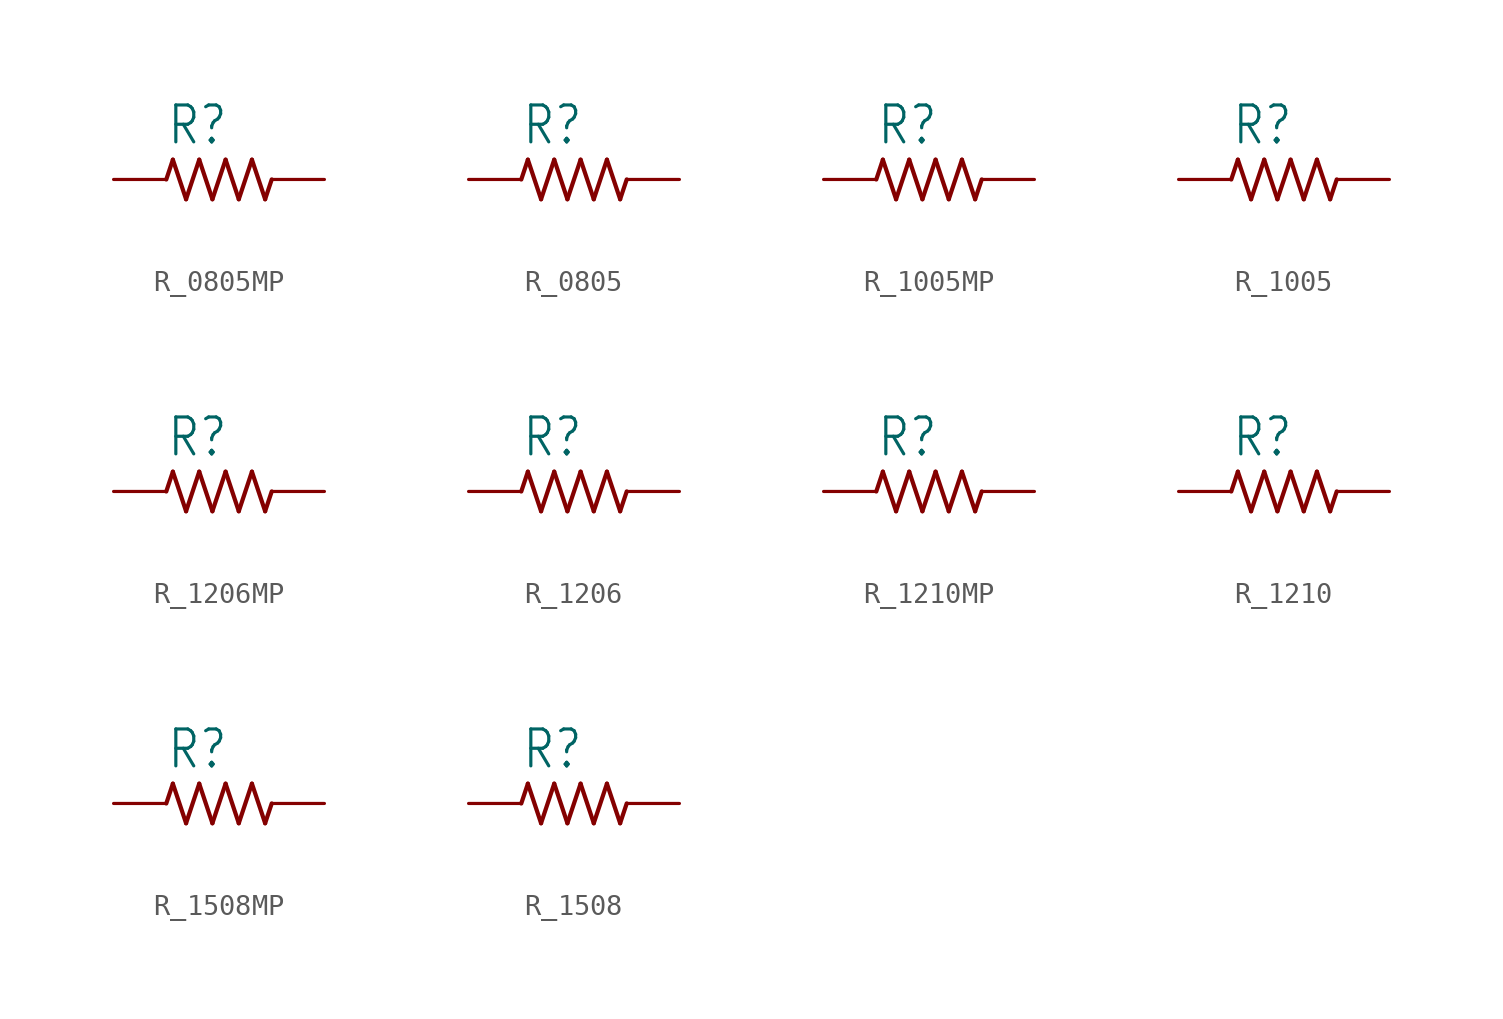
<source format=kicad_sym>
(kicad_symbol_lib
  (version 20231120)
  (generator "kicad_symbol_editor")
  (generator_version "8.0")
  (symbol "R_0805MP"
    (property "Reference" "R"
      (at -2.54 1.587 0)
      (effects (font (size 1.778 1.511)) (justify left bottom)))
    (property "Value" ""
      (at -2.54 -3.175 0)
      (effects (font (size 1.778 1.511)) (justify left bottom)))
    (property "ki_locked" ""
      (at 0 0 0)
      (effects (font (size 1.27 1.27))))
    (symbol "R_0805MP_1_0"
      (polyline (pts (xy -2.54 0) (xy -2.223 0.953)) (stroke (width 0.203) (type solid)) (fill (type none)))
      (polyline (pts (xy -2.223 0.953) (xy -1.587 -0.953)) (stroke (width 0.203) (type solid)) (fill (type none)))
      (polyline (pts (xy -1.587 -0.953) (xy -0.953 0.953)) (stroke (width 0.203) (type solid)) (fill (type none)))
      (polyline (pts (xy -0.953 0.953) (xy -0.318 -0.953)) (stroke (width 0.203) (type solid)) (fill (type none)))
      (polyline (pts (xy -0.318 -0.953) (xy 0.318 0.953)) (stroke (width 0.203) (type solid)) (fill (type none)))
      (polyline (pts (xy 0.318 0.953) (xy 0.953 -0.953)) (stroke (width 0.203) (type solid)) (fill (type none)))
      (polyline (pts (xy 0.953 -0.953) (xy 1.587 0.953)) (stroke (width 0.203) (type solid)) (fill (type none)))
      (polyline (pts (xy 1.587 0.953) (xy 2.223 -0.953)) (stroke (width 0.203) (type solid)) (fill (type none)))
      (polyline (pts (xy 2.223 -0.953) (xy 2.54 0)) (stroke (width 0.203) (type solid)) (fill (type none)))
      (pin passive line (at -5.08 0 0) (length 2.54) (name "1" (effects (font (size 0 0)))) (number "1" (effects (font (size 0 0)))))
      (pin passive line (at 5.08 0 180) (length 2.54) (name "2" (effects (font (size 0 0)))) (number "2" (effects (font (size 0 0)))))))
  (symbol "R_0805"
    (property "Reference" "R"
      (at -2.54 1.587 0)
      (effects (font (size 1.778 1.511)) (justify left bottom)))
    (property "Value" ""
      (at -2.54 -3.175 0)
      (effects (font (size 1.778 1.511)) (justify left bottom)))
    (property "ki_locked" ""
      (at 0 0 0)
      (effects (font (size 1.27 1.27))))
    (symbol "R_0805_1_0"
      (polyline (pts (xy -2.54 0) (xy -2.223 0.953)) (stroke (width 0.203) (type solid)) (fill (type none)))
      (polyline (pts (xy -2.223 0.953) (xy -1.587 -0.953)) (stroke (width 0.203) (type solid)) (fill (type none)))
      (polyline (pts (xy -1.587 -0.953) (xy -0.953 0.953)) (stroke (width 0.203) (type solid)) (fill (type none)))
      (polyline (pts (xy -0.953 0.953) (xy -0.318 -0.953)) (stroke (width 0.203) (type solid)) (fill (type none)))
      (polyline (pts (xy -0.318 -0.953) (xy 0.318 0.953)) (stroke (width 0.203) (type solid)) (fill (type none)))
      (polyline (pts (xy 0.318 0.953) (xy 0.953 -0.953)) (stroke (width 0.203) (type solid)) (fill (type none)))
      (polyline (pts (xy 0.953 -0.953) (xy 1.587 0.953)) (stroke (width 0.203) (type solid)) (fill (type none)))
      (polyline (pts (xy 1.587 0.953) (xy 2.223 -0.953)) (stroke (width 0.203) (type solid)) (fill (type none)))
      (polyline (pts (xy 2.223 -0.953) (xy 2.54 0)) (stroke (width 0.203) (type solid)) (fill (type none)))
      (pin passive line (at -5.08 0 0) (length 2.54) (name "1" (effects (font (size 0 0)))) (number "1" (effects (font (size 0 0)))))
      (pin passive line (at 5.08 0 180) (length 2.54) (name "2" (effects (font (size 0 0)))) (number "2" (effects (font (size 0 0)))))))
  (symbol "R_1005MP"
    (property "Reference" "R"
      (at -2.54 1.587 0)
      (effects (font (size 1.778 1.511)) (justify left bottom)))
    (property "Value" ""
      (at -2.54 -3.175 0)
      (effects (font (size 1.778 1.511)) (justify left bottom)))
    (property "ki_locked" ""
      (at 0 0 0)
      (effects (font (size 1.27 1.27))))
    (symbol "R_1005MP_1_0"
      (polyline (pts (xy -2.54 0) (xy -2.223 0.953)) (stroke (width 0.203) (type solid)) (fill (type none)))
      (polyline (pts (xy -2.223 0.953) (xy -1.587 -0.953)) (stroke (width 0.203) (type solid)) (fill (type none)))
      (polyline (pts (xy -1.587 -0.953) (xy -0.953 0.953)) (stroke (width 0.203) (type solid)) (fill (type none)))
      (polyline (pts (xy -0.953 0.953) (xy -0.318 -0.953)) (stroke (width 0.203) (type solid)) (fill (type none)))
      (polyline (pts (xy -0.318 -0.953) (xy 0.318 0.953)) (stroke (width 0.203) (type solid)) (fill (type none)))
      (polyline (pts (xy 0.318 0.953) (xy 0.953 -0.953)) (stroke (width 0.203) (type solid)) (fill (type none)))
      (polyline (pts (xy 0.953 -0.953) (xy 1.587 0.953)) (stroke (width 0.203) (type solid)) (fill (type none)))
      (polyline (pts (xy 1.587 0.953) (xy 2.223 -0.953)) (stroke (width 0.203) (type solid)) (fill (type none)))
      (polyline (pts (xy 2.223 -0.953) (xy 2.54 0)) (stroke (width 0.203) (type solid)) (fill (type none)))
      (pin passive line (at -5.08 0 0) (length 2.54) (name "1" (effects (font (size 0 0)))) (number "1" (effects (font (size 0 0)))))
      (pin passive line (at 5.08 0 180) (length 2.54) (name "2" (effects (font (size 0 0)))) (number "2" (effects (font (size 0 0)))))))
  (symbol "R_1005"
    (property "Reference" "R"
      (at -2.54 1.587 0)
      (effects (font (size 1.778 1.511)) (justify left bottom)))
    (property "Value" ""
      (at -2.54 -3.175 0)
      (effects (font (size 1.778 1.511)) (justify left bottom)))
    (property "ki_locked" ""
      (at 0 0 0)
      (effects (font (size 1.27 1.27))))
    (symbol "R_1005_1_0"
      (polyline (pts (xy -2.54 0) (xy -2.223 0.953)) (stroke (width 0.203) (type solid)) (fill (type none)))
      (polyline (pts (xy -2.223 0.953) (xy -1.587 -0.953)) (stroke (width 0.203) (type solid)) (fill (type none)))
      (polyline (pts (xy -1.587 -0.953) (xy -0.953 0.953)) (stroke (width 0.203) (type solid)) (fill (type none)))
      (polyline (pts (xy -0.953 0.953) (xy -0.318 -0.953)) (stroke (width 0.203) (type solid)) (fill (type none)))
      (polyline (pts (xy -0.318 -0.953) (xy 0.318 0.953)) (stroke (width 0.203) (type solid)) (fill (type none)))
      (polyline (pts (xy 0.318 0.953) (xy 0.953 -0.953)) (stroke (width 0.203) (type solid)) (fill (type none)))
      (polyline (pts (xy 0.953 -0.953) (xy 1.587 0.953)) (stroke (width 0.203) (type solid)) (fill (type none)))
      (polyline (pts (xy 1.587 0.953) (xy 2.223 -0.953)) (stroke (width 0.203) (type solid)) (fill (type none)))
      (polyline (pts (xy 2.223 -0.953) (xy 2.54 0)) (stroke (width 0.203) (type solid)) (fill (type none)))
      (pin passive line (at -5.08 0 0) (length 2.54) (name "1" (effects (font (size 0 0)))) (number "1" (effects (font (size 0 0)))))
      (pin passive line (at 5.08 0 180) (length 2.54) (name "2" (effects (font (size 0 0)))) (number "2" (effects (font (size 0 0)))))))
  (symbol "R_1206MP"
    (property "Reference" "R"
      (at -2.54 1.587 0)
      (effects (font (size 1.778 1.511)) (justify left bottom)))
    (property "Value" ""
      (at -2.54 -3.175 0)
      (effects (font (size 1.778 1.511)) (justify left bottom)))
    (property "ki_locked" ""
      (at 0 0 0)
      (effects (font (size 1.27 1.27))))
    (symbol "R_1206MP_1_0"
      (polyline (pts (xy -2.54 0) (xy -2.223 0.953)) (stroke (width 0.203) (type solid)) (fill (type none)))
      (polyline (pts (xy -2.223 0.953) (xy -1.587 -0.953)) (stroke (width 0.203) (type solid)) (fill (type none)))
      (polyline (pts (xy -1.587 -0.953) (xy -0.953 0.953)) (stroke (width 0.203) (type solid)) (fill (type none)))
      (polyline (pts (xy -0.953 0.953) (xy -0.318 -0.953)) (stroke (width 0.203) (type solid)) (fill (type none)))
      (polyline (pts (xy -0.318 -0.953) (xy 0.318 0.953)) (stroke (width 0.203) (type solid)) (fill (type none)))
      (polyline (pts (xy 0.318 0.953) (xy 0.953 -0.953)) (stroke (width 0.203) (type solid)) (fill (type none)))
      (polyline (pts (xy 0.953 -0.953) (xy 1.587 0.953)) (stroke (width 0.203) (type solid)) (fill (type none)))
      (polyline (pts (xy 1.587 0.953) (xy 2.223 -0.953)) (stroke (width 0.203) (type solid)) (fill (type none)))
      (polyline (pts (xy 2.223 -0.953) (xy 2.54 0)) (stroke (width 0.203) (type solid)) (fill (type none)))
      (pin passive line (at -5.08 0 0) (length 2.54) (name "1" (effects (font (size 0 0)))) (number "1" (effects (font (size 0 0)))))
      (pin passive line (at 5.08 0 180) (length 2.54) (name "2" (effects (font (size 0 0)))) (number "2" (effects (font (size 0 0)))))))
  (symbol "R_1206"
    (property "Reference" "R"
      (at -2.54 1.587 0)
      (effects (font (size 1.778 1.511)) (justify left bottom)))
    (property "Value" ""
      (at -2.54 -3.175 0)
      (effects (font (size 1.778 1.511)) (justify left bottom)))
    (property "ki_locked" ""
      (at 0 0 0)
      (effects (font (size 1.27 1.27))))
    (symbol "R_1206_1_0"
      (polyline (pts (xy -2.54 0) (xy -2.223 0.953)) (stroke (width 0.203) (type solid)) (fill (type none)))
      (polyline (pts (xy -2.223 0.953) (xy -1.587 -0.953)) (stroke (width 0.203) (type solid)) (fill (type none)))
      (polyline (pts (xy -1.587 -0.953) (xy -0.953 0.953)) (stroke (width 0.203) (type solid)) (fill (type none)))
      (polyline (pts (xy -0.953 0.953) (xy -0.318 -0.953)) (stroke (width 0.203) (type solid)) (fill (type none)))
      (polyline (pts (xy -0.318 -0.953) (xy 0.318 0.953)) (stroke (width 0.203) (type solid)) (fill (type none)))
      (polyline (pts (xy 0.318 0.953) (xy 0.953 -0.953)) (stroke (width 0.203) (type solid)) (fill (type none)))
      (polyline (pts (xy 0.953 -0.953) (xy 1.587 0.953)) (stroke (width 0.203) (type solid)) (fill (type none)))
      (polyline (pts (xy 1.587 0.953) (xy 2.223 -0.953)) (stroke (width 0.203) (type solid)) (fill (type none)))
      (polyline (pts (xy 2.223 -0.953) (xy 2.54 0)) (stroke (width 0.203) (type solid)) (fill (type none)))
      (pin passive line (at -5.08 0 0) (length 2.54) (name "1" (effects (font (size 0 0)))) (number "1" (effects (font (size 0 0)))))
      (pin passive line (at 5.08 0 180) (length 2.54) (name "2" (effects (font (size 0 0)))) (number "2" (effects (font (size 0 0)))))))
  (symbol "R_1210MP"
    (property "Reference" "R"
      (at -2.54 1.587 0)
      (effects (font (size 1.778 1.511)) (justify left bottom)))
    (property "Value" ""
      (at -2.54 -3.175 0)
      (effects (font (size 1.778 1.511)) (justify left bottom)))
    (property "ki_locked" ""
      (at 0 0 0)
      (effects (font (size 1.27 1.27))))
    (symbol "R_1210MP_1_0"
      (polyline (pts (xy -2.54 0) (xy -2.223 0.953)) (stroke (width 0.203) (type solid)) (fill (type none)))
      (polyline (pts (xy -2.223 0.953) (xy -1.587 -0.953)) (stroke (width 0.203) (type solid)) (fill (type none)))
      (polyline (pts (xy -1.587 -0.953) (xy -0.953 0.953)) (stroke (width 0.203) (type solid)) (fill (type none)))
      (polyline (pts (xy -0.953 0.953) (xy -0.318 -0.953)) (stroke (width 0.203) (type solid)) (fill (type none)))
      (polyline (pts (xy -0.318 -0.953) (xy 0.318 0.953)) (stroke (width 0.203) (type solid)) (fill (type none)))
      (polyline (pts (xy 0.318 0.953) (xy 0.953 -0.953)) (stroke (width 0.203) (type solid)) (fill (type none)))
      (polyline (pts (xy 0.953 -0.953) (xy 1.587 0.953)) (stroke (width 0.203) (type solid)) (fill (type none)))
      (polyline (pts (xy 1.587 0.953) (xy 2.223 -0.953)) (stroke (width 0.203) (type solid)) (fill (type none)))
      (polyline (pts (xy 2.223 -0.953) (xy 2.54 0)) (stroke (width 0.203) (type solid)) (fill (type none)))
      (pin passive line (at -5.08 0 0) (length 2.54) (name "1" (effects (font (size 0 0)))) (number "1" (effects (font (size 0 0)))))
      (pin passive line (at 5.08 0 180) (length 2.54) (name "2" (effects (font (size 0 0)))) (number "2" (effects (font (size 0 0)))))))
  (symbol "R_1210"
    (property "Reference" "R"
      (at -2.54 1.587 0)
      (effects (font (size 1.778 1.511)) (justify left bottom)))
    (property "Value" ""
      (at -2.54 -3.175 0)
      (effects (font (size 1.778 1.511)) (justify left bottom)))
    (property "ki_locked" ""
      (at 0 0 0)
      (effects (font (size 1.27 1.27))))
    (symbol "R_1210_1_0"
      (polyline (pts (xy -2.54 0) (xy -2.223 0.953)) (stroke (width 0.203) (type solid)) (fill (type none)))
      (polyline (pts (xy -2.223 0.953) (xy -1.587 -0.953)) (stroke (width 0.203) (type solid)) (fill (type none)))
      (polyline (pts (xy -1.587 -0.953) (xy -0.953 0.953)) (stroke (width 0.203) (type solid)) (fill (type none)))
      (polyline (pts (xy -0.953 0.953) (xy -0.318 -0.953)) (stroke (width 0.203) (type solid)) (fill (type none)))
      (polyline (pts (xy -0.318 -0.953) (xy 0.318 0.953)) (stroke (width 0.203) (type solid)) (fill (type none)))
      (polyline (pts (xy 0.318 0.953) (xy 0.953 -0.953)) (stroke (width 0.203) (type solid)) (fill (type none)))
      (polyline (pts (xy 0.953 -0.953) (xy 1.587 0.953)) (stroke (width 0.203) (type solid)) (fill (type none)))
      (polyline (pts (xy 1.587 0.953) (xy 2.223 -0.953)) (stroke (width 0.203) (type solid)) (fill (type none)))
      (polyline (pts (xy 2.223 -0.953) (xy 2.54 0)) (stroke (width 0.203) (type solid)) (fill (type none)))
      (pin passive line (at -5.08 0 0) (length 2.54) (name "1" (effects (font (size 0 0)))) (number "1" (effects (font (size 0 0)))))
      (pin passive line (at 5.08 0 180) (length 2.54) (name "2" (effects (font (size 0 0)))) (number "2" (effects (font (size 0 0)))))))
  (symbol "R_1508MP"
    (property "Reference" "R"
      (at -2.54 1.587 0)
      (effects (font (size 1.778 1.511)) (justify left bottom)))
    (property "Value" ""
      (at -2.54 -3.175 0)
      (effects (font (size 1.778 1.511)) (justify left bottom)))
    (property "ki_locked" ""
      (at 0 0 0)
      (effects (font (size 1.27 1.27))))
    (symbol "R_1508MP_1_0"
      (polyline (pts (xy -2.54 0) (xy -2.223 0.953)) (stroke (width 0.203) (type solid)) (fill (type none)))
      (polyline (pts (xy -2.223 0.953) (xy -1.587 -0.953)) (stroke (width 0.203) (type solid)) (fill (type none)))
      (polyline (pts (xy -1.587 -0.953) (xy -0.953 0.953)) (stroke (width 0.203) (type solid)) (fill (type none)))
      (polyline (pts (xy -0.953 0.953) (xy -0.318 -0.953)) (stroke (width 0.203) (type solid)) (fill (type none)))
      (polyline (pts (xy -0.318 -0.953) (xy 0.318 0.953)) (stroke (width 0.203) (type solid)) (fill (type none)))
      (polyline (pts (xy 0.318 0.953) (xy 0.953 -0.953)) (stroke (width 0.203) (type solid)) (fill (type none)))
      (polyline (pts (xy 0.953 -0.953) (xy 1.587 0.953)) (stroke (width 0.203) (type solid)) (fill (type none)))
      (polyline (pts (xy 1.587 0.953) (xy 2.223 -0.953)) (stroke (width 0.203) (type solid)) (fill (type none)))
      (polyline (pts (xy 2.223 -0.953) (xy 2.54 0)) (stroke (width 0.203) (type solid)) (fill (type none)))
      (pin passive line (at -5.08 0 0) (length 2.54) (name "1" (effects (font (size 0 0)))) (number "1" (effects (font (size 0 0)))))
      (pin passive line (at 5.08 0 180) (length 2.54) (name "2" (effects (font (size 0 0)))) (number "2" (effects (font (size 0 0)))))))
  (symbol "R_1508"
    (property "Reference" "R"
      (at -2.54 1.587 0)
      (effects (font (size 1.778 1.511)) (justify left bottom)))
    (property "Value" ""
      (at -2.54 -3.175 0)
      (effects (font (size 1.778 1.511)) (justify left bottom)))
    (property "ki_locked" ""
      (at 0 0 0)
      (effects (font (size 1.27 1.27))))
    (symbol "R_1508_1_0"
      (polyline (pts (xy -2.54 0) (xy -2.223 0.953)) (stroke (width 0.203) (type solid)) (fill (type none)))
      (polyline (pts (xy -2.223 0.953) (xy -1.587 -0.953)) (stroke (width 0.203) (type solid)) (fill (type none)))
      (polyline (pts (xy -1.587 -0.953) (xy -0.953 0.953)) (stroke (width 0.203) (type solid)) (fill (type none)))
      (polyline (pts (xy -0.953 0.953) (xy -0.318 -0.953)) (stroke (width 0.203) (type solid)) (fill (type none)))
      (polyline (pts (xy -0.318 -0.953) (xy 0.318 0.953)) (stroke (width 0.203) (type solid)) (fill (type none)))
      (polyline (pts (xy 0.318 0.953) (xy 0.953 -0.953)) (stroke (width 0.203) (type solid)) (fill (type none)))
      (polyline (pts (xy 0.953 -0.953) (xy 1.587 0.953)) (stroke (width 0.203) (type solid)) (fill (type none)))
      (polyline (pts (xy 1.587 0.953) (xy 2.223 -0.953)) (stroke (width 0.203) (type solid)) (fill (type none)))
      (polyline (pts (xy 2.223 -0.953) (xy 2.54 0)) (stroke (width 0.203) (type solid)) (fill (type none)))
      (pin passive line (at -5.08 0 0) (length 2.54) (name "1" (effects (font (size 0 0)))) (number "1" (effects (font (size 0 0)))))
      (pin passive line (at 5.08 0 180) (length 2.54) (name "2" (effects (font (size 0 0)))) (number "2" (effects (font (size 0 0))))))))
</source>
